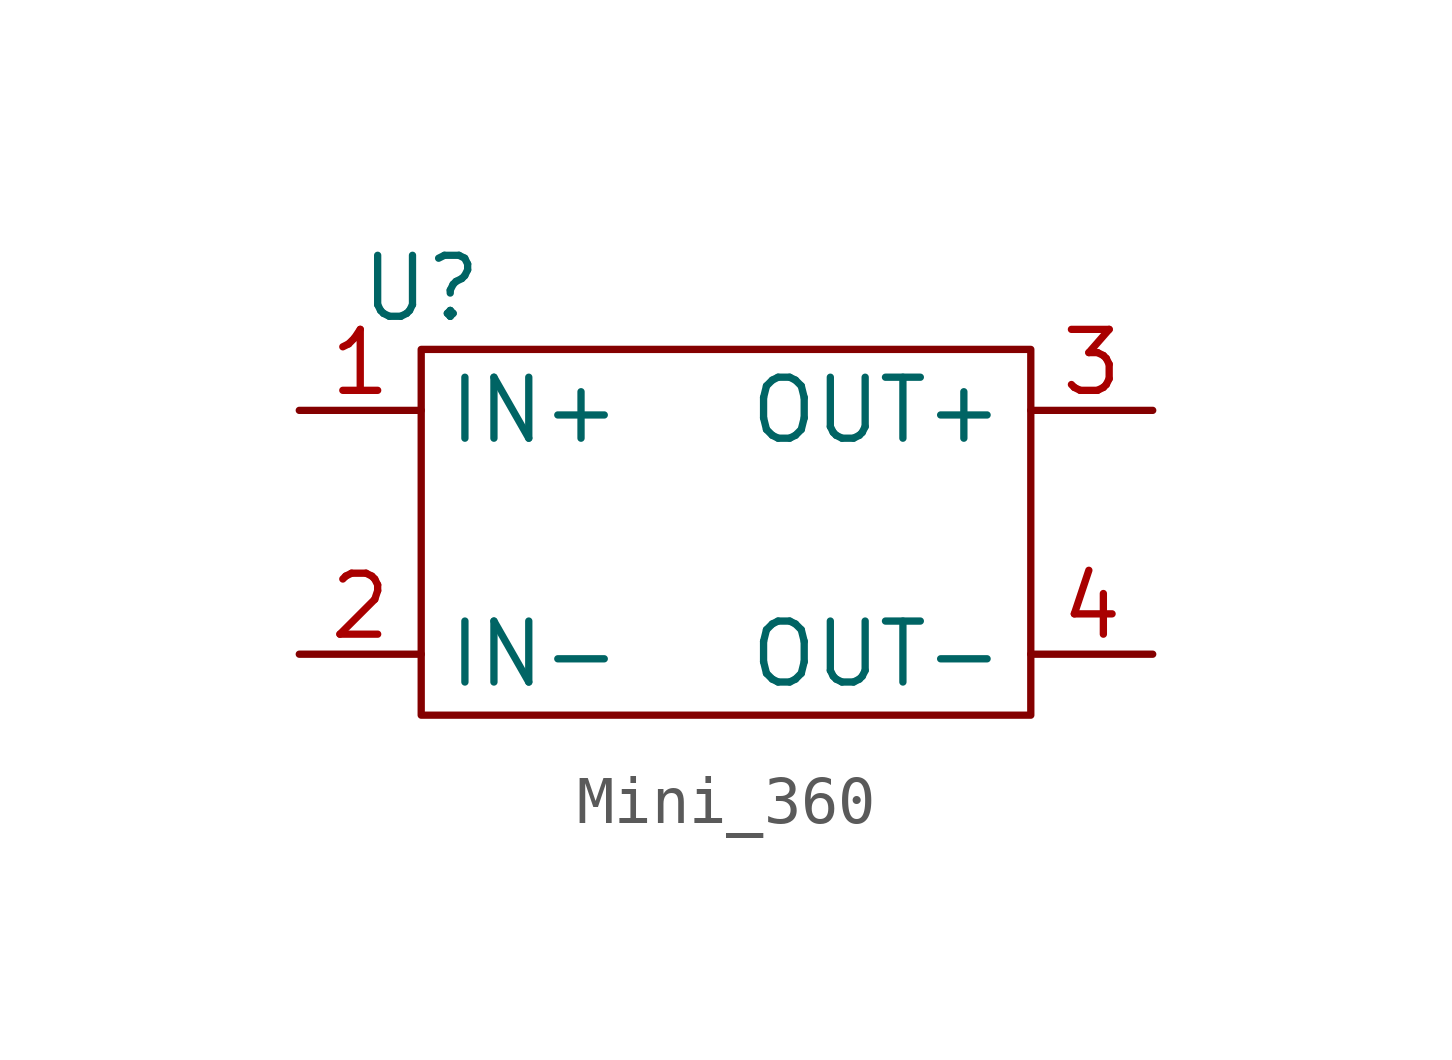
<source format=kicad_sym>
(kicad_symbol_lib
  (version 20241209)
  (generator "kicad_symbol_editor")
  (generator_version "9.0")
  (symbol "Mini_360"
    (property "Reference" "U"
      (at 0 0 0)
      (effects (font (size 1.27 1.27))))
    (property "Value" ""
      (at 0 0 0)
      (effects (font (size 1.27 1.27))))
    (symbol "Mini_360_0_1"
      (rectangle (start 0 -1.27) (end 12.7 -8.89) (stroke (width 0) (type default)) (fill (type none))))
    (symbol "Mini_360_1_1"
      (pin input line (at -2.54 -2.54 0) (length 2.54) (name "IN+" (effects (font (size 1.27 1.27)))) (number "1" (effects (font (size 1.27 1.27)))))
      (pin input line (at -2.54 -7.62 0) (length 2.54) (name "IN-" (effects (font (size 1.27 1.27)))) (number "2" (effects (font (size 1.27 1.27)))))
      (pin output line (at 15.24 -2.54 180) (length 2.54) (name "OUT+" (effects (font (size 1.27 1.27)))) (number "3" (effects (font (size 1.27 1.27)))))
      (pin output line (at 15.24 -7.62 180) (length 2.54) (name "OUT-" (effects (font (size 1.27 1.27)))) (number "4" (effects (font (size 1.27 1.27))))))))
</source>
